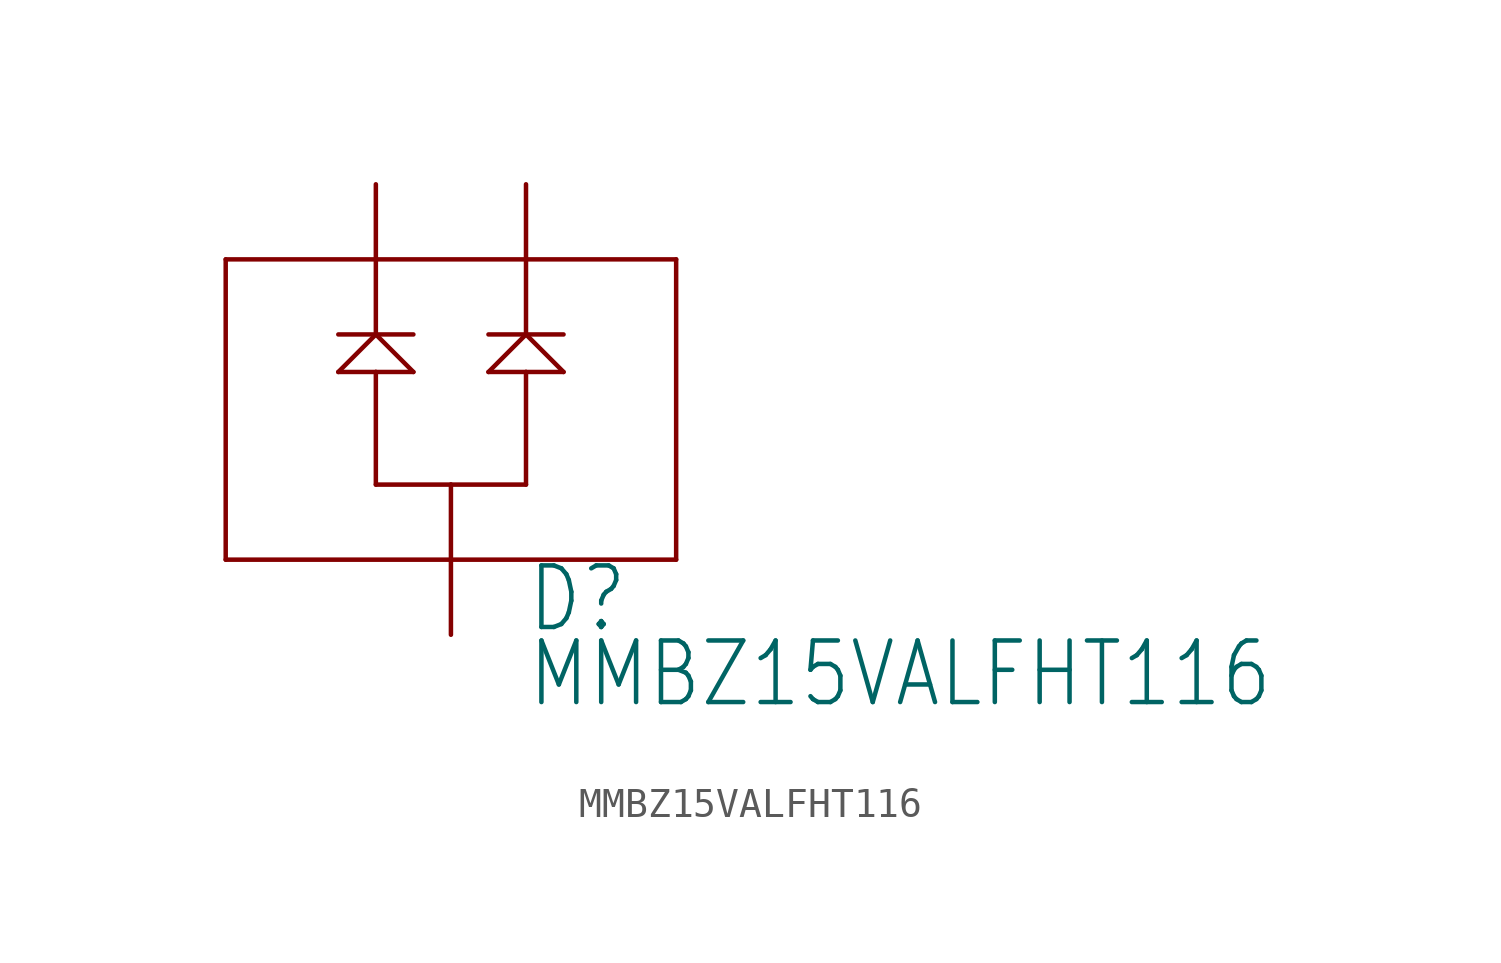
<source format=kicad_sym>
(kicad_symbol_lib
  (version 20211014)
  (generator kicad_symbol_editor)
  (symbol "MMBZ15VALFHT116"
    (property "Reference" "D"
      (at 2.54 -7.62 0)
      (effects (font (size 2.083 1.77)) (justify left bottom)))
    (property "Value" "MMBZ15VALFHT116"
      (at 2.54 -10.16 0)
      (effects (font (size 2.083 1.77)) (justify left bottom)))
    (property "ki_locked" ""
      (at 0 0 0)
      (effects (font (size 1.27 1.27))))
    (symbol "MMBZ15VALFHT116_1_0"
      (polyline (pts (xy -7.62 -5.08) (xy 0 -5.08)) (stroke (width 0.152) (type default) (color 0 0 0 0)) (fill (type none)))
      (polyline (pts (xy -7.62 5.08) (xy -7.62 -5.08)) (stroke (width 0.152) (type default) (color 0 0 0 0)) (fill (type none)))
      (polyline (pts (xy -3.81 1.27) (xy -2.54 2.54)) (stroke (width 0.152) (type default) (color 0 0 0 0)) (fill (type none)))
      (polyline (pts (xy -2.54 -2.54) (xy -2.54 1.27)) (stroke (width 0.152) (type default) (color 0 0 0 0)) (fill (type none)))
      (polyline (pts (xy -2.54 1.27) (xy -3.81 1.27)) (stroke (width 0.152) (type default) (color 0 0 0 0)) (fill (type none)))
      (polyline (pts (xy -2.54 1.27) (xy -1.27 1.27)) (stroke (width 0.152) (type default) (color 0 0 0 0)) (fill (type none)))
      (polyline (pts (xy -2.54 2.54) (xy -3.81 2.54)) (stroke (width 0.152) (type default) (color 0 0 0 0)) (fill (type none)))
      (polyline (pts (xy -2.54 2.54) (xy -2.54 5.08)) (stroke (width 0.152) (type default) (color 0 0 0 0)) (fill (type none)))
      (polyline (pts (xy -2.54 2.54) (xy -1.27 1.27)) (stroke (width 0.152) (type default) (color 0 0 0 0)) (fill (type none)))
      (polyline (pts (xy -2.54 5.08) (xy -7.62 5.08)) (stroke (width 0.152) (type default) (color 0 0 0 0)) (fill (type none)))
      (polyline (pts (xy -1.27 2.54) (xy -2.54 2.54)) (stroke (width 0.152) (type default) (color 0 0 0 0)) (fill (type none)))
      (polyline (pts (xy 0 -5.08) (xy 0 -2.54)) (stroke (width 0.152) (type default) (color 0 0 0 0)) (fill (type none)))
      (polyline (pts (xy 0 -5.08) (xy 7.62 -5.08)) (stroke (width 0.152) (type default) (color 0 0 0 0)) (fill (type none)))
      (polyline (pts (xy 0 -2.54) (xy -2.54 -2.54)) (stroke (width 0.152) (type default) (color 0 0 0 0)) (fill (type none)))
      (polyline (pts (xy 0 -2.54) (xy 2.54 -2.54)) (stroke (width 0.152) (type default) (color 0 0 0 0)) (fill (type none)))
      (polyline (pts (xy 1.27 2.54) (xy 2.54 2.54)) (stroke (width 0.152) (type default) (color 0 0 0 0)) (fill (type none)))
      (polyline (pts (xy 2.54 -2.54) (xy 2.54 1.27)) (stroke (width 0.152) (type default) (color 0 0 0 0)) (fill (type none)))
      (polyline (pts (xy 2.54 1.27) (xy 1.27 1.27)) (stroke (width 0.152) (type default) (color 0 0 0 0)) (fill (type none)))
      (polyline (pts (xy 2.54 1.27) (xy 3.81 1.27)) (stroke (width 0.152) (type default) (color 0 0 0 0)) (fill (type none)))
      (polyline (pts (xy 2.54 2.54) (xy 1.27 1.27)) (stroke (width 0.152) (type default) (color 0 0 0 0)) (fill (type none)))
      (polyline (pts (xy 2.54 2.54) (xy 2.54 5.08)) (stroke (width 0.152) (type default) (color 0 0 0 0)) (fill (type none)))
      (polyline (pts (xy 2.54 2.54) (xy 3.81 2.54)) (stroke (width 0.152) (type default) (color 0 0 0 0)) (fill (type none)))
      (polyline (pts (xy 3.81 1.27) (xy 2.54 2.54)) (stroke (width 0.152) (type default) (color 0 0 0 0)) (fill (type none)))
      (polyline (pts (xy 7.62 -5.08) (xy 7.62 5.08)) (stroke (width 0.152) (type default) (color 0 0 0 0)) (fill (type none)))
      (polyline (pts (xy 7.62 5.08) (xy -2.54 5.08)) (stroke (width 0.152) (type default) (color 0 0 0 0)) (fill (type none)))
      (pin passive line (at -2.54 7.62 270) (length 2.54) (name "1" (effects (font (size 0 0)))) (number "1" (effects (font (size 0 0)))))
      (pin passive line (at 2.54 7.62 270) (length 2.54) (name "2" (effects (font (size 0 0)))) (number "2" (effects (font (size 0 0)))))
      (pin passive line (at 0 -7.62 90) (length 2.54) (name "3" (effects (font (size 0 0)))) (number "3" (effects (font (size 0 0))))))))
</source>
